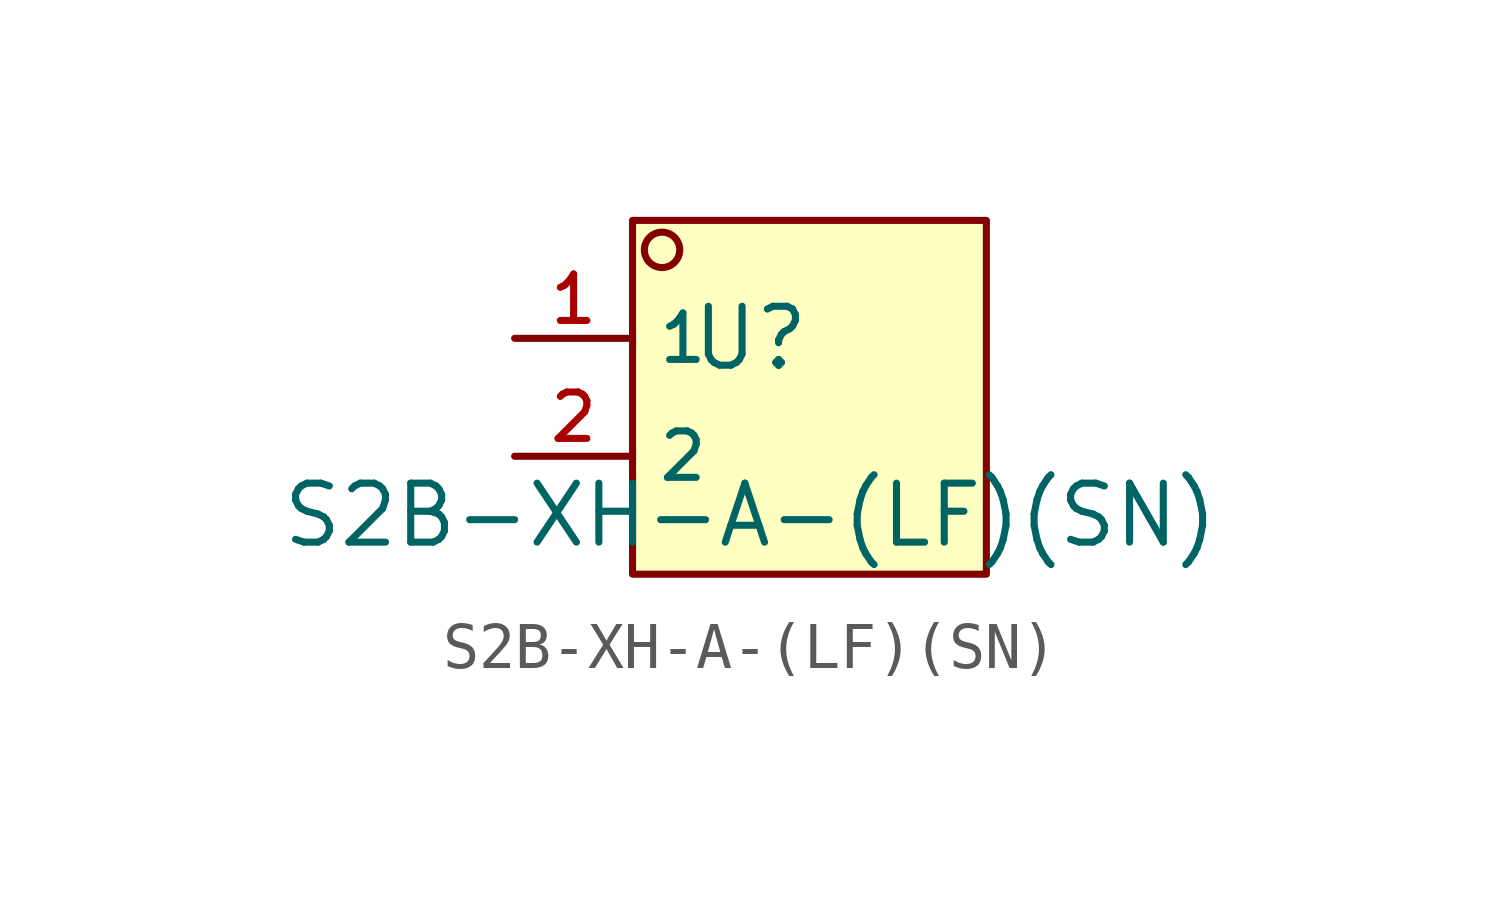
<source format=kicad_sym>
(kicad_symbol_lib
  (version 20210201)
  (generator TousstNicolas/JLC2KiCad_lib)
  (symbol "S2B-XH-A-(LF)(SN)"
    (property "Reference" "U"
      (at 0 1.27 0)
      (effects (font (size 1.27 1.27))))
    (property "Value" "S2B-XH-A-(LF)(SN)"
      (at 0 -2.54 0)
      (effects (font (size 1.27 1.27))))
    (symbol "S2B-XH-A-(LF)(SN)_0_1"
      (rectangle (start -2.54 3.81) (end 5.08 -3.81) (stroke (width 0) (type default) (color 0 0 0 0)) (fill (type background)))
      (circle (center -1.905 3.175) (radius 0.381) (stroke (width 0) (type default) (color 0 0 0 0)) (fill (type background)))
      (pin unspecified line (at -5.08 1.27 0) (length 2.54) (name "1" (effects (font (size 1 1)))) (number "1" (effects (font (size 1 1)))))
      (pin unspecified line (at -5.08 -1.27 0) (length 2.54) (name "2" (effects (font (size 1 1)))) (number "2" (effects (font (size 1 1))))))))
</source>
